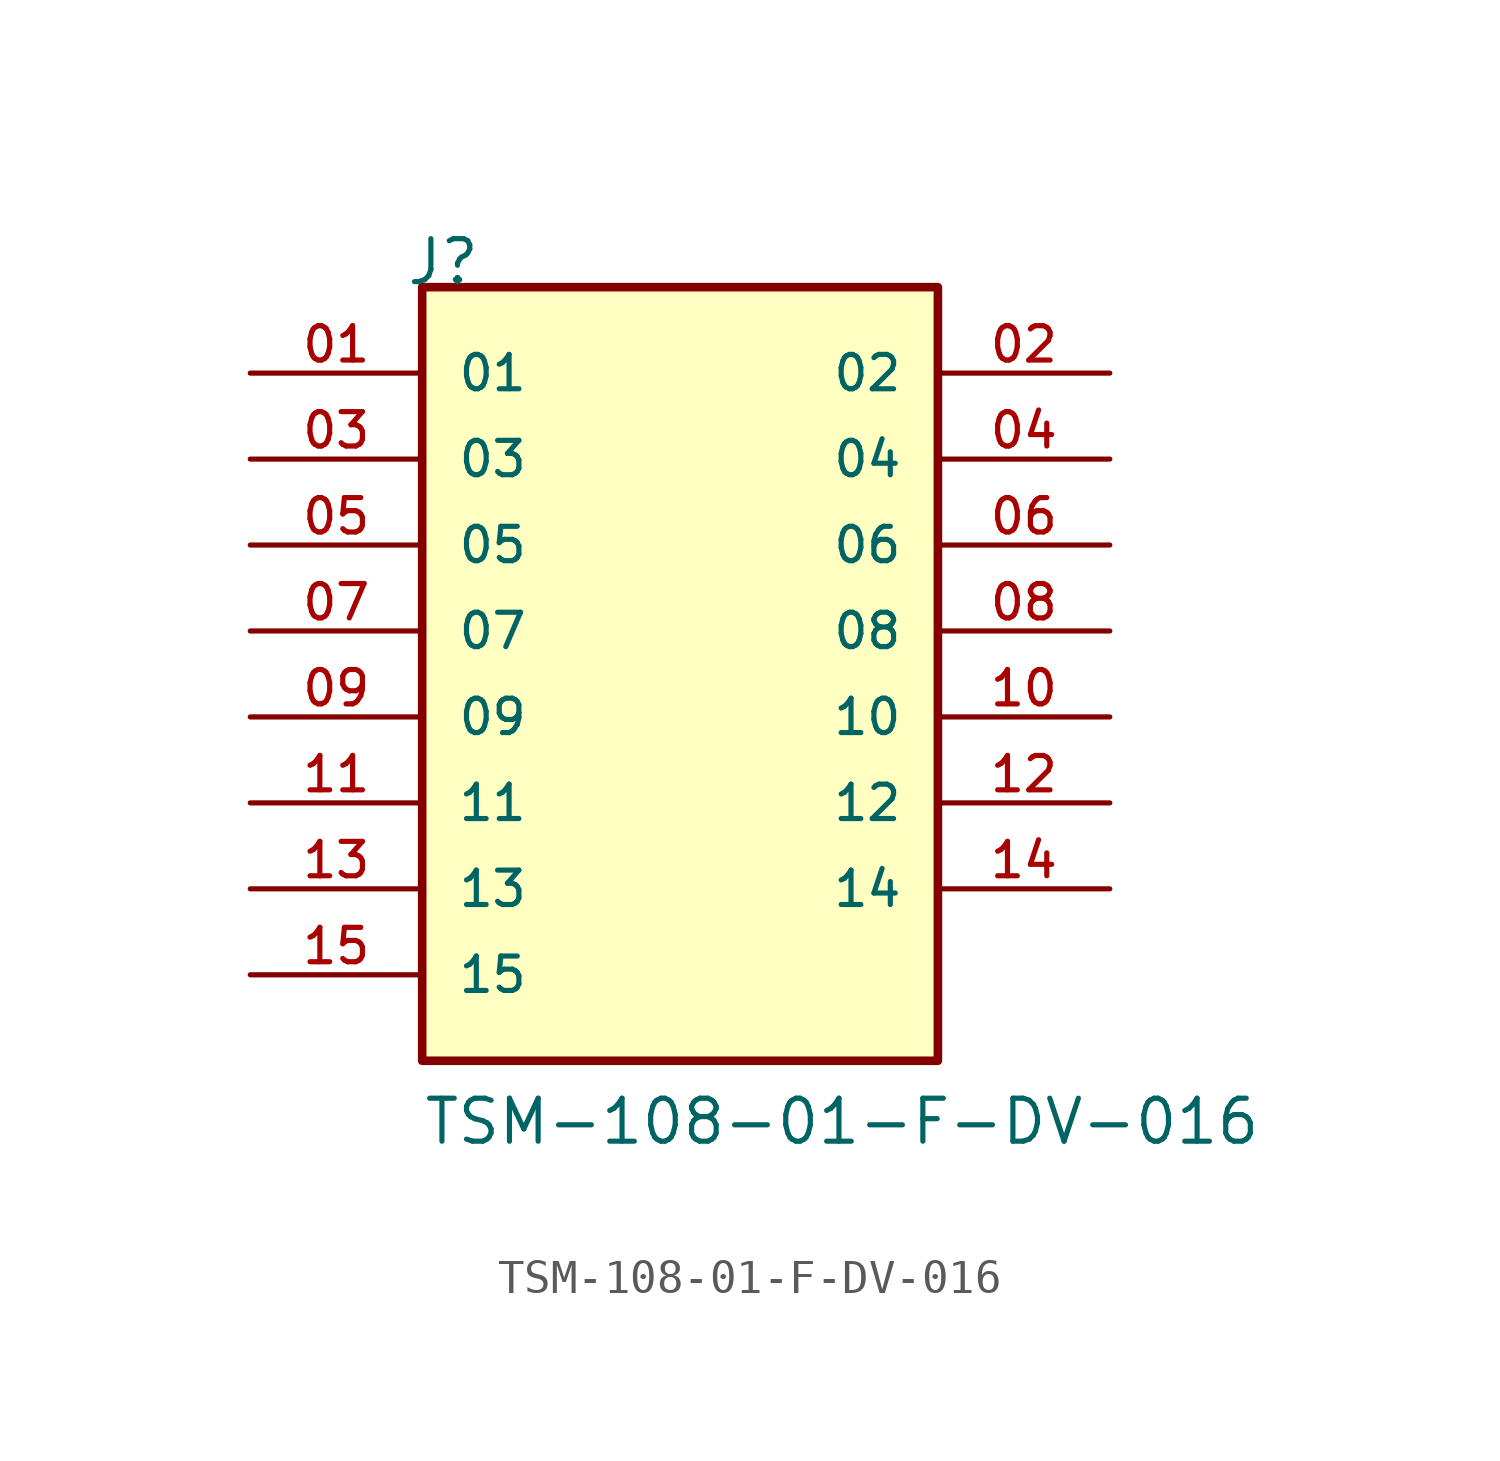
<source format=kicad_sym>
(kicad_symbol_lib
  (version 20211014)
  (generator kicad_symbol_editor)
  (symbol "TSM-108-01-F-DV-016"
    (pin_names
      (offset 1.016))
    (property "Reference" "J"
      (at -8.128 12.7 0)
      (effects (font (size 1.27 1.27)) (justify left bottom)))
    (property "Value" "TSM-108-01-F-DV-016"
      (at -7.62 -12.7 0)
      (effects (font (size 1.27 1.27)) (justify left bottom)))
    (property "ki_locked" ""
      (at 0 0 0)
      (effects (font (size 1.27 1.27))))
    (symbol "TSM-108-01-F-DV-016_0_0"
      (rectangle (start -7.62 -10.16) (end 7.62 12.7) (stroke (width 0.254) (type default) (color 0 0 0 0)) (fill (type background)))
      (pin passive line (at -12.7 10.16 0) (length 5.08) (name "01" (effects (font (size 1.016 1.016)))) (number "01" (effects (font (size 1.016 1.016)))))
      (pin passive line (at 12.7 10.16 180) (length 5.08) (name "02" (effects (font (size 1.016 1.016)))) (number "02" (effects (font (size 1.016 1.016)))))
      (pin passive line (at -12.7 7.62 0) (length 5.08) (name "03" (effects (font (size 1.016 1.016)))) (number "03" (effects (font (size 1.016 1.016)))))
      (pin passive line (at 12.7 7.62 180) (length 5.08) (name "04" (effects (font (size 1.016 1.016)))) (number "04" (effects (font (size 1.016 1.016)))))
      (pin passive line (at -12.7 5.08 0) (length 5.08) (name "05" (effects (font (size 1.016 1.016)))) (number "05" (effects (font (size 1.016 1.016)))))
      (pin passive line (at 12.7 5.08 180) (length 5.08) (name "06" (effects (font (size 1.016 1.016)))) (number "06" (effects (font (size 1.016 1.016)))))
      (pin passive line (at -12.7 2.54 0) (length 5.08) (name "07" (effects (font (size 1.016 1.016)))) (number "07" (effects (font (size 1.016 1.016)))))
      (pin passive line (at 12.7 2.54 180) (length 5.08) (name "08" (effects (font (size 1.016 1.016)))) (number "08" (effects (font (size 1.016 1.016)))))
      (pin passive line (at -12.7 0 0) (length 5.08) (name "09" (effects (font (size 1.016 1.016)))) (number "09" (effects (font (size 1.016 1.016)))))
      (pin passive line (at 12.7 0 180) (length 5.08) (name "10" (effects (font (size 1.016 1.016)))) (number "10" (effects (font (size 1.016 1.016)))))
      (pin passive line (at -12.7 -2.54 0) (length 5.08) (name "11" (effects (font (size 1.016 1.016)))) (number "11" (effects (font (size 1.016 1.016)))))
      (pin passive line (at 12.7 -2.54 180) (length 5.08) (name "12" (effects (font (size 1.016 1.016)))) (number "12" (effects (font (size 1.016 1.016)))))
      (pin passive line (at -12.7 -5.08 0) (length 5.08) (name "13" (effects (font (size 1.016 1.016)))) (number "13" (effects (font (size 1.016 1.016)))))
      (pin passive line (at 12.7 -5.08 180) (length 5.08) (name "14" (effects (font (size 1.016 1.016)))) (number "14" (effects (font (size 1.016 1.016)))))
      (pin passive line (at -12.7 -7.62 0) (length 5.08) (name "15" (effects (font (size 1.016 1.016)))) (number "15" (effects (font (size 1.016 1.016))))))))
</source>
